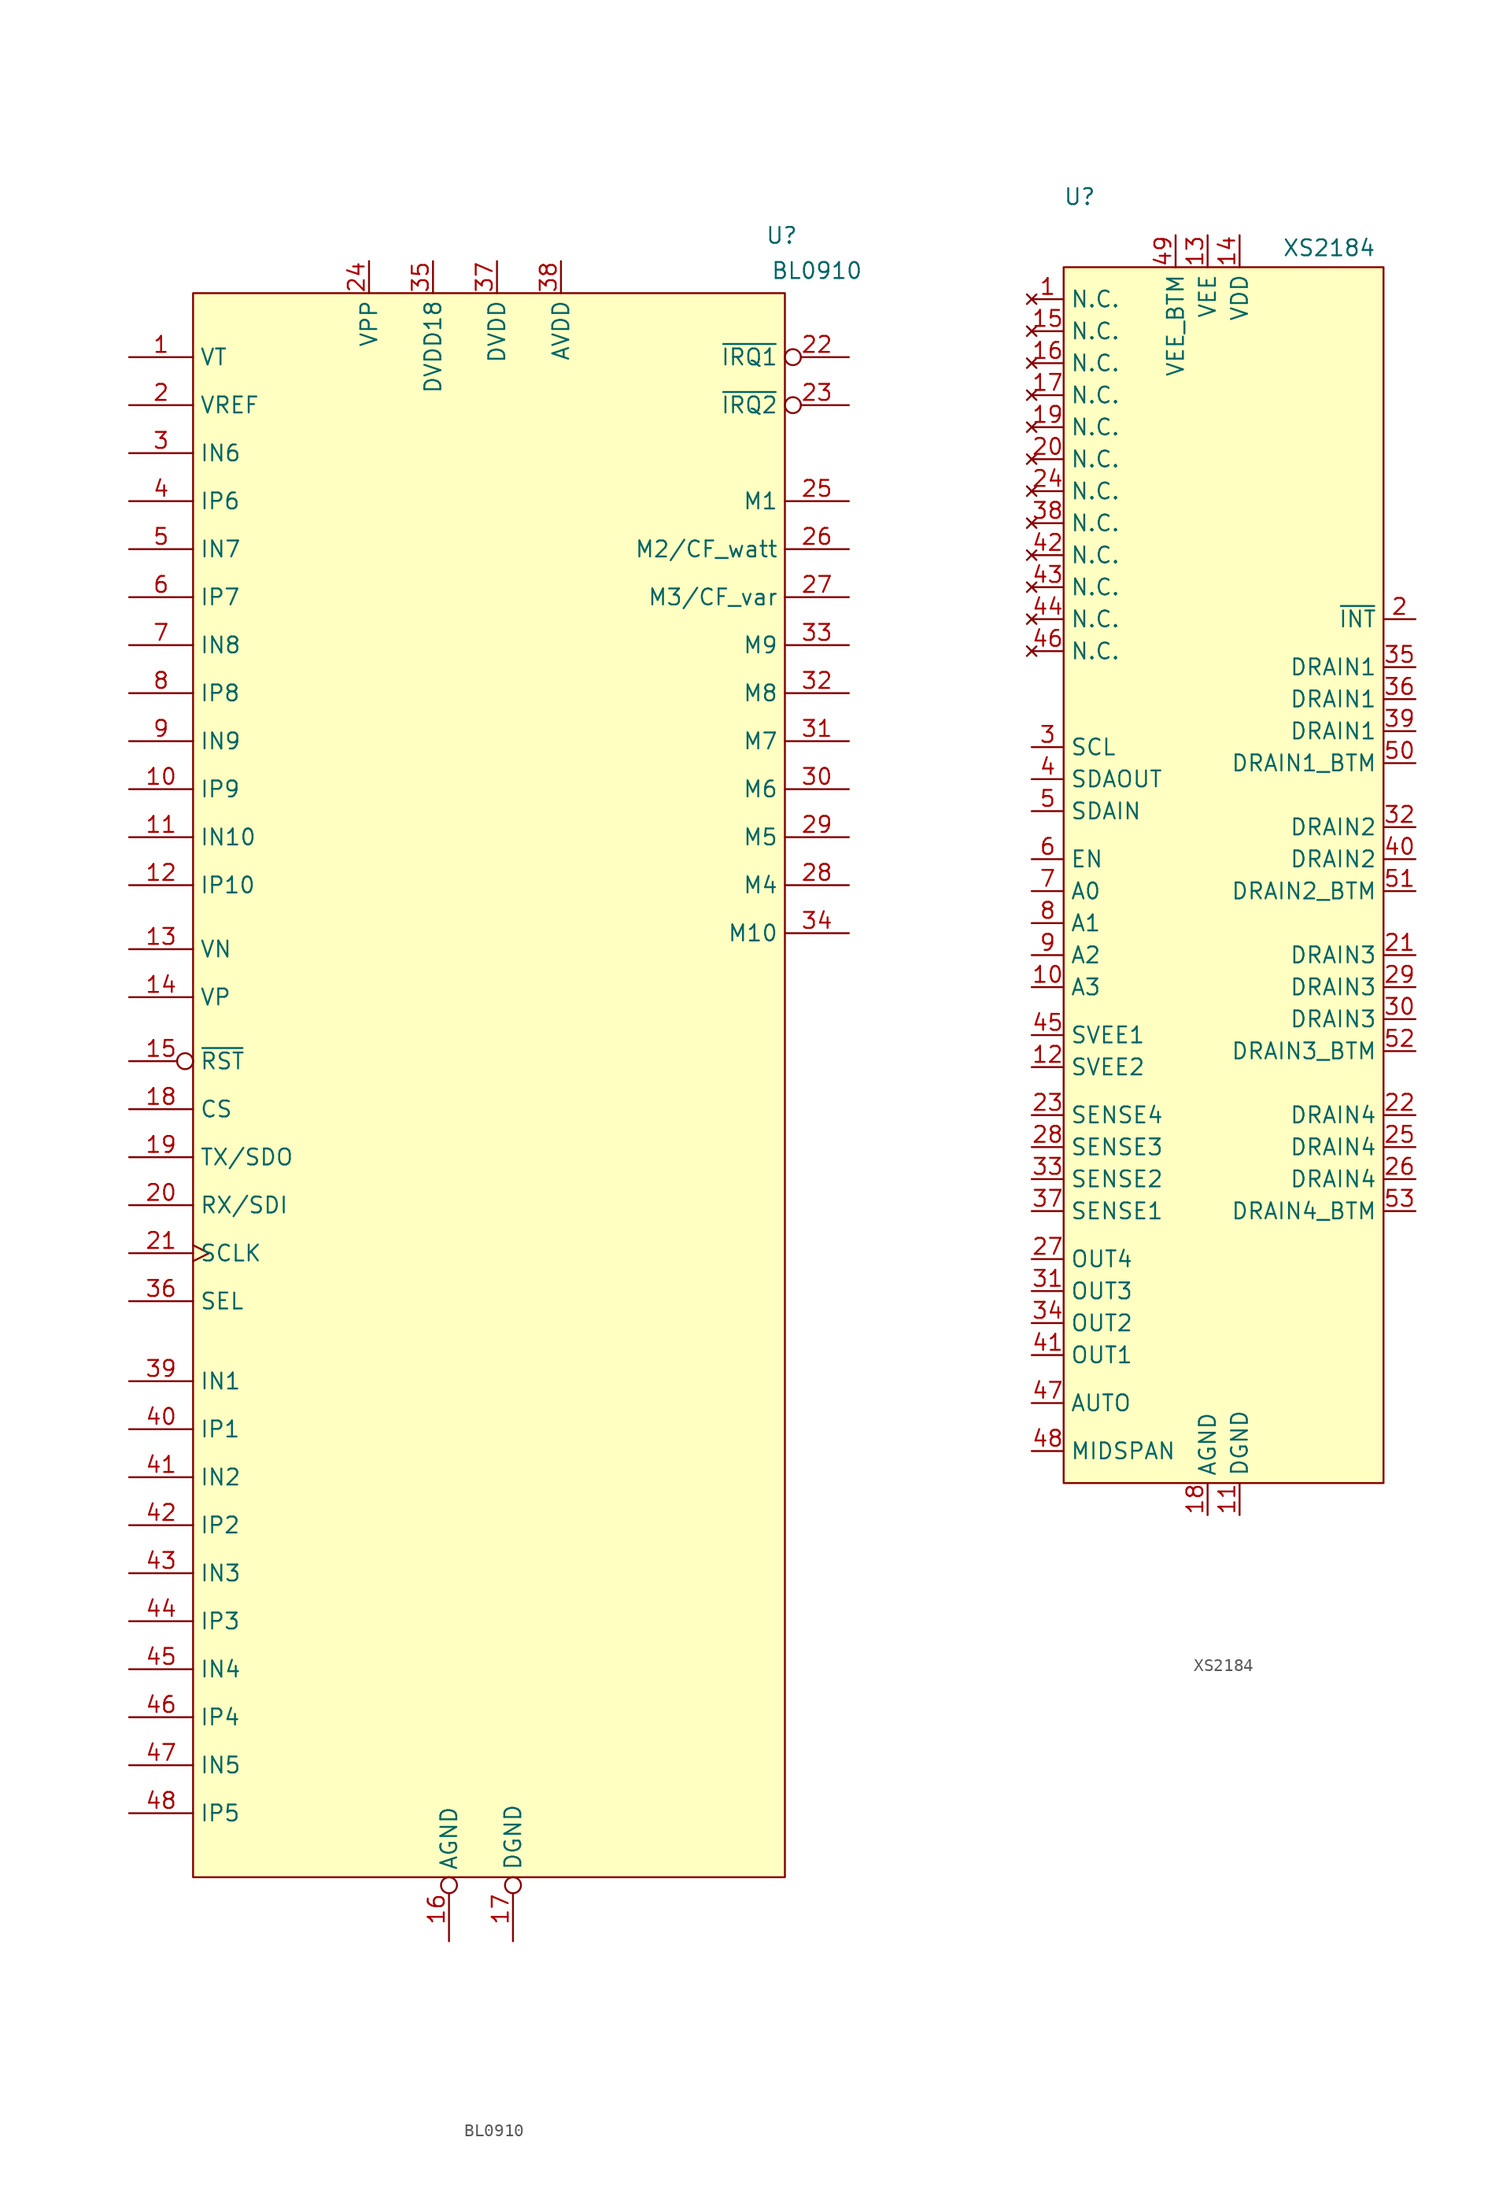
<source format=kicad_sym>
(kicad_symbol_lib
  (version 20231120)
  (generator "kicad_symbol_editor")
  (generator_version "8.0")
  (symbol "BL0910"
    (property "Reference" "U"
      (at 44.196 7.112 0)
      (effects (font (size 1.27 1.27))))
    (property "Value" "BL0910"
      (at 46.99 4.318 0)
      (effects (font (size 1.27 1.27))))
    (symbol "BL0910_1_1"
      (rectangle (start -2.54 2.54) (end 44.45 -123.19) (stroke (width 0) (type default)) (fill (type background)))
      (pin input line (at -7.62 -2.54 0) (length 5.08) (name "VT" (effects (font (size 1.27 1.27)))) (number "1" (effects (font (size 1.27 1.27)))))
      (pin input line (at -7.62 -36.83 0) (length 5.08) (name "IP9" (effects (font (size 1.27 1.27)))) (number "10" (effects (font (size 1.27 1.27)))))
      (pin input line (at -7.62 -40.64 0) (length 5.08) (name "IN10" (effects (font (size 1.27 1.27)))) (number "11" (effects (font (size 1.27 1.27)))))
      (pin input line (at -7.62 -44.45 0) (length 5.08) (name "IP10" (effects (font (size 1.27 1.27)))) (number "12" (effects (font (size 1.27 1.27)))))
      (pin input line (at -7.62 -49.53 0) (length 5.08) (name "VN" (effects (font (size 1.27 1.27)))) (number "13" (effects (font (size 1.27 1.27)))))
      (pin input line (at -7.62 -53.34 0) (length 5.08) (name "VP" (effects (font (size 1.27 1.27)))) (number "14" (effects (font (size 1.27 1.27)))))
      (pin input inverted (at -7.62 -58.42 0) (length 5.08) (name "~{RST}" (effects (font (size 1.27 1.27)))) (number "15" (effects (font (size 1.27 1.27)))))
      (pin power_in inverted (at 17.78 -128.27 90) (length 5.08) (name "AGND" (effects (font (size 1.27 1.27)))) (number "16" (effects (font (size 1.27 1.27)))))
      (pin power_in inverted (at 22.86 -128.27 90) (length 5.08) (name "DGND" (effects (font (size 1.27 1.27)))) (number "17" (effects (font (size 1.27 1.27)))))
      (pin input line (at -7.62 -62.23 0) (length 5.08) (name "CS" (effects (font (size 1.27 1.27)))) (number "18" (effects (font (size 1.27 1.27)))))
      (pin output line (at -7.62 -66.04 0) (length 5.08) (name "TX/SDO" (effects (font (size 1.27 1.27)))) (number "19" (effects (font (size 1.27 1.27)))))
      (pin input line (at -7.62 -6.35 0) (length 5.08) (name "VREF" (effects (font (size 1.27 1.27)))) (number "2" (effects (font (size 1.27 1.27)))))
      (pin input line (at -7.62 -69.85 0) (length 5.08) (name "RX/SDI" (effects (font (size 1.27 1.27)))) (number "20" (effects (font (size 1.27 1.27)))))
      (pin input clock (at -7.62 -73.66 0) (length 5.08) (name "SCLK" (effects (font (size 1.27 1.27)))) (number "21" (effects (font (size 1.27 1.27)))))
      (pin output inverted (at 49.53 -2.54 180) (length 5.08) (name "~{IRQ1}" (effects (font (size 1.27 1.27)))) (number "22" (effects (font (size 1.27 1.27)))))
      (pin output inverted (at 49.53 -6.35 180) (length 5.08) (name "~{IRQ2}" (effects (font (size 1.27 1.27)))) (number "23" (effects (font (size 1.27 1.27)))))
      (pin power_in line (at 11.43 5.08 270) (length 2.54) (name "VPP" (effects (font (size 1.27 1.27)))) (number "24" (effects (font (size 1.27 1.27)))))
      (pin output line (at 49.53 -13.97 180) (length 5.08) (name "M1" (effects (font (size 1.27 1.27)))) (number "25" (effects (font (size 1.27 1.27)))))
      (pin output line (at 49.53 -17.78 180) (length 5.08) (name "M2/CF_watt" (effects (font (size 1.27 1.27)))) (number "26" (effects (font (size 1.27 1.27)))))
      (pin output line (at 49.53 -21.59 180) (length 5.08) (name "M3/CF_var" (effects (font (size 1.27 1.27)))) (number "27" (effects (font (size 1.27 1.27)))))
      (pin output line (at 49.53 -44.45 180) (length 5.08) (name "M4" (effects (font (size 1.27 1.27)))) (number "28" (effects (font (size 1.27 1.27)))))
      (pin output line (at 49.53 -40.64 180) (length 5.08) (name "M5" (effects (font (size 1.27 1.27)))) (number "29" (effects (font (size 1.27 1.27)))))
      (pin input line (at -7.62 -10.16 0) (length 5.08) (name "IN6" (effects (font (size 1.27 1.27)))) (number "3" (effects (font (size 1.27 1.27)))))
      (pin output line (at 49.53 -36.83 180) (length 5.08) (name "M6" (effects (font (size 1.27 1.27)))) (number "30" (effects (font (size 1.27 1.27)))))
      (pin output line (at 49.53 -33.02 180) (length 5.08) (name "M7" (effects (font (size 1.27 1.27)))) (number "31" (effects (font (size 1.27 1.27)))))
      (pin output line (at 49.53 -29.21 180) (length 5.08) (name "M8" (effects (font (size 1.27 1.27)))) (number "32" (effects (font (size 1.27 1.27)))))
      (pin output line (at 49.53 -25.4 180) (length 5.08) (name "M9" (effects (font (size 1.27 1.27)))) (number "33" (effects (font (size 1.27 1.27)))))
      (pin output line (at 49.53 -48.26 180) (length 5.08) (name "M10" (effects (font (size 1.27 1.27)))) (number "34" (effects (font (size 1.27 1.27)))))
      (pin bidirectional line (at 16.51 5.08 270) (length 2.54) (name "DVDD18" (effects (font (size 1.27 1.27)))) (number "35" (effects (font (size 1.27 1.27)))))
      (pin input line (at -7.62 -77.47 0) (length 5.08) (name "SEL" (effects (font (size 1.27 1.27)))) (number "36" (effects (font (size 1.27 1.27)))))
      (pin power_in line (at 21.59 5.08 270) (length 2.54) (name "DVDD" (effects (font (size 1.27 1.27)))) (number "37" (effects (font (size 1.27 1.27)))))
      (pin power_in line (at 26.67 5.08 270) (length 2.54) (name "AVDD" (effects (font (size 1.27 1.27)))) (number "38" (effects (font (size 1.27 1.27)))))
      (pin input line (at -7.62 -83.82 0) (length 5.08) (name "IN1" (effects (font (size 1.27 1.27)))) (number "39" (effects (font (size 1.27 1.27)))))
      (pin input line (at -7.62 -13.97 0) (length 5.08) (name "IP6" (effects (font (size 1.27 1.27)))) (number "4" (effects (font (size 1.27 1.27)))))
      (pin input line (at -7.62 -87.63 0) (length 5.08) (name "IP1" (effects (font (size 1.27 1.27)))) (number "40" (effects (font (size 1.27 1.27)))))
      (pin input line (at -7.62 -91.44 0) (length 5.08) (name "IN2" (effects (font (size 1.27 1.27)))) (number "41" (effects (font (size 1.27 1.27)))))
      (pin input line (at -7.62 -95.25 0) (length 5.08) (name "IP2" (effects (font (size 1.27 1.27)))) (number "42" (effects (font (size 1.27 1.27)))))
      (pin input line (at -7.62 -99.06 0) (length 5.08) (name "IN3" (effects (font (size 1.27 1.27)))) (number "43" (effects (font (size 1.27 1.27)))))
      (pin input line (at -7.62 -102.87 0) (length 5.08) (name "IP3" (effects (font (size 1.27 1.27)))) (number "44" (effects (font (size 1.27 1.27)))))
      (pin input line (at -7.62 -106.68 0) (length 5.08) (name "IN4" (effects (font (size 1.27 1.27)))) (number "45" (effects (font (size 1.27 1.27)))))
      (pin input line (at -7.62 -110.49 0) (length 5.08) (name "IP4" (effects (font (size 1.27 1.27)))) (number "46" (effects (font (size 1.27 1.27)))))
      (pin input line (at -7.62 -114.3 0) (length 5.08) (name "IN5" (effects (font (size 1.27 1.27)))) (number "47" (effects (font (size 1.27 1.27)))))
      (pin input line (at -7.62 -118.11 0) (length 5.08) (name "IP5" (effects (font (size 1.27 1.27)))) (number "48" (effects (font (size 1.27 1.27)))))
      (pin input line (at -7.62 -17.78 0) (length 5.08) (name "IN7" (effects (font (size 1.27 1.27)))) (number "5" (effects (font (size 1.27 1.27)))))
      (pin input line (at -7.62 -21.59 0) (length 5.08) (name "IP7" (effects (font (size 1.27 1.27)))) (number "6" (effects (font (size 1.27 1.27)))))
      (pin input line (at -7.62 -25.4 0) (length 5.08) (name "IN8" (effects (font (size 1.27 1.27)))) (number "7" (effects (font (size 1.27 1.27)))))
      (pin input line (at -7.62 -29.21 0) (length 5.08) (name "IP8" (effects (font (size 1.27 1.27)))) (number "8" (effects (font (size 1.27 1.27)))))
      (pin input line (at -7.62 -33.02 0) (length 5.08) (name "IN9" (effects (font (size 1.27 1.27)))) (number "9" (effects (font (size 1.27 1.27)))))))
  (symbol "XS2184"
    (property "Reference" "U"
      (at -11.43 53.848 0)
      (effects (font (size 1.27 1.27))))
    (property "Value" "XS2184"
      (at 8.382 49.784 0)
      (do_not_autoplace)
      (effects (font (size 1.27 1.27))))
    (symbol "XS2184_1_1"
      (rectangle (start -12.7 48.26) (end 12.7 -48.26) (stroke (width 0) (type default)) (fill (type background)))
      (pin no_connect line (at -15.24 45.72 0) (length 2.54) (name "N.C." (effects (font (size 1.27 1.27)))) (number "1" (effects (font (size 1.27 1.27)))))
      (pin input line (at -15.24 -8.89 0) (length 2.54) (name "A3" (effects (font (size 1.27 1.27)))) (number "10" (effects (font (size 1.27 1.27)))))
      (pin power_in line (at 1.27 -50.8 90) (length 2.54) (name "DGND" (effects (font (size 1.27 1.27)))) (number "11" (effects (font (size 1.27 1.27)))))
      (pin input line (at -15.24 -15.24 0) (length 2.54) (name "SVEE2" (effects (font (size 1.27 1.27)))) (number "12" (effects (font (size 1.27 1.27)))))
      (pin power_in line (at -1.27 50.8 270) (length 2.54) (name "VEE" (effects (font (size 1.27 1.27)))) (number "13" (effects (font (size 1.27 1.27)))))
      (pin power_in line (at 1.27 50.8 270) (length 2.54) (name "VDD" (effects (font (size 1.27 1.27)))) (number "14" (effects (font (size 1.27 1.27)))))
      (pin no_connect line (at -15.24 43.18 0) (length 2.54) (name "N.C." (effects (font (size 1.27 1.27)))) (number "15" (effects (font (size 1.27 1.27)))))
      (pin no_connect line (at -15.24 40.64 0) (length 2.54) (name "N.C." (effects (font (size 1.27 1.27)))) (number "16" (effects (font (size 1.27 1.27)))))
      (pin no_connect line (at -15.24 38.1 0) (length 2.54) (name "N.C." (effects (font (size 1.27 1.27)))) (number "17" (effects (font (size 1.27 1.27)))))
      (pin power_in line (at -1.27 -50.8 90) (length 2.54) (name "AGND" (effects (font (size 1.27 1.27)))) (number "18" (effects (font (size 1.27 1.27)))))
      (pin no_connect line (at -15.24 35.56 0) (length 2.54) (name "N.C." (effects (font (size 1.27 1.27)))) (number "19" (effects (font (size 1.27 1.27)))))
      (pin output line (at 15.24 20.32 180) (length 2.54) (name "~{INT}" (effects (font (size 1.27 1.27)))) (number "2" (effects (font (size 1.27 1.27)))))
      (pin no_connect line (at -15.24 33.02 0) (length 2.54) (name "N.C." (effects (font (size 1.27 1.27)))) (number "20" (effects (font (size 1.27 1.27)))))
      (pin output line (at 15.24 -6.35 180) (length 2.54) (name "DRAIN3" (effects (font (size 1.27 1.27)))) (number "21" (effects (font (size 1.27 1.27)))))
      (pin output line (at 15.24 -19.05 180) (length 2.54) (name "DRAIN4" (effects (font (size 1.27 1.27)))) (number "22" (effects (font (size 1.27 1.27)))))
      (pin input line (at -15.24 -19.05 0) (length 2.54) (name "SENSE4" (effects (font (size 1.27 1.27)))) (number "23" (effects (font (size 1.27 1.27)))))
      (pin no_connect line (at -15.24 30.48 0) (length 2.54) (name "N.C." (effects (font (size 1.27 1.27)))) (number "24" (effects (font (size 1.27 1.27)))))
      (pin output line (at 15.24 -21.59 180) (length 2.54) (name "DRAIN4" (effects (font (size 1.27 1.27)))) (number "25" (effects (font (size 1.27 1.27)))))
      (pin output line (at 15.24 -24.13 180) (length 2.54) (name "DRAIN4" (effects (font (size 1.27 1.27)))) (number "26" (effects (font (size 1.27 1.27)))))
      (pin input line (at -15.24 -30.48 0) (length 2.54) (name "OUT4" (effects (font (size 1.27 1.27)))) (number "27" (effects (font (size 1.27 1.27)))))
      (pin input line (at -15.24 -21.59 0) (length 2.54) (name "SENSE3" (effects (font (size 1.27 1.27)))) (number "28" (effects (font (size 1.27 1.27)))))
      (pin output line (at 15.24 -8.89 180) (length 2.54) (name "DRAIN3" (effects (font (size 1.27 1.27)))) (number "29" (effects (font (size 1.27 1.27)))))
      (pin input line (at -15.24 10.16 0) (length 2.54) (name "SCL" (effects (font (size 1.27 1.27)))) (number "3" (effects (font (size 1.27 1.27)))))
      (pin output line (at 15.24 -11.43 180) (length 2.54) (name "DRAIN3" (effects (font (size 1.27 1.27)))) (number "30" (effects (font (size 1.27 1.27)))))
      (pin input line (at -15.24 -33.02 0) (length 2.54) (name "OUT3" (effects (font (size 1.27 1.27)))) (number "31" (effects (font (size 1.27 1.27)))))
      (pin output line (at 15.24 3.81 180) (length 2.54) (name "DRAIN2" (effects (font (size 1.27 1.27)))) (number "32" (effects (font (size 1.27 1.27)))))
      (pin input line (at -15.24 -24.13 0) (length 2.54) (name "SENSE2" (effects (font (size 1.27 1.27)))) (number "33" (effects (font (size 1.27 1.27)))))
      (pin input line (at -15.24 -35.56 0) (length 2.54) (name "OUT2" (effects (font (size 1.27 1.27)))) (number "34" (effects (font (size 1.27 1.27)))))
      (pin output line (at 15.24 16.51 180) (length 2.54) (name "DRAIN1" (effects (font (size 1.27 1.27)))) (number "35" (effects (font (size 1.27 1.27)))))
      (pin output line (at 15.24 13.97 180) (length 2.54) (name "DRAIN1" (effects (font (size 1.27 1.27)))) (number "36" (effects (font (size 1.27 1.27)))))
      (pin input line (at -15.24 -26.67 0) (length 2.54) (name "SENSE1" (effects (font (size 1.27 1.27)))) (number "37" (effects (font (size 1.27 1.27)))))
      (pin no_connect line (at -15.24 27.94 0) (length 2.54) (name "N.C." (effects (font (size 1.27 1.27)))) (number "38" (effects (font (size 1.27 1.27)))))
      (pin output line (at 15.24 11.43 180) (length 2.54) (name "DRAIN1" (effects (font (size 1.27 1.27)))) (number "39" (effects (font (size 1.27 1.27)))))
      (pin output line (at -15.24 7.62 0) (length 2.54) (name "SDAOUT" (effects (font (size 1.27 1.27)))) (number "4" (effects (font (size 1.27 1.27)))))
      (pin output line (at 15.24 1.27 180) (length 2.54) (name "DRAIN2" (effects (font (size 1.27 1.27)))) (number "40" (effects (font (size 1.27 1.27)))))
      (pin input line (at -15.24 -38.1 0) (length 2.54) (name "OUT1" (effects (font (size 1.27 1.27)))) (number "41" (effects (font (size 1.27 1.27)))))
      (pin no_connect line (at -15.24 25.4 0) (length 2.54) (name "N.C." (effects (font (size 1.27 1.27)))) (number "42" (effects (font (size 1.27 1.27)))))
      (pin no_connect line (at -15.24 22.86 0) (length 2.54) (name "N.C." (effects (font (size 1.27 1.27)))) (number "43" (effects (font (size 1.27 1.27)))))
      (pin no_connect line (at -15.24 20.32 0) (length 2.54) (name "N.C." (effects (font (size 1.27 1.27)))) (number "44" (effects (font (size 1.27 1.27)))))
      (pin input line (at -15.24 -12.7 0) (length 2.54) (name "SVEE1" (effects (font (size 1.27 1.27)))) (number "45" (effects (font (size 1.27 1.27)))))
      (pin no_connect line (at -15.24 17.78 0) (length 2.54) (name "N.C." (effects (font (size 1.27 1.27)))) (number "46" (effects (font (size 1.27 1.27)))))
      (pin input line (at -15.24 -41.91 0) (length 2.54) (name "AUTO" (effects (font (size 1.27 1.27)))) (number "47" (effects (font (size 1.27 1.27)))))
      (pin input line (at -15.24 -45.72 0) (length 2.54) (name "MIDSPAN" (effects (font (size 1.27 1.27)))) (number "48" (effects (font (size 1.27 1.27)))))
      (pin power_in line (at -3.81 50.8 270) (length 2.54) (name "VEE_BTM" (effects (font (size 1.27 1.27)))) (number "49" (effects (font (size 1.27 1.27)))))
      (pin input line (at -15.24 5.08 0) (length 2.54) (name "SDAIN" (effects (font (size 1.27 1.27)))) (number "5" (effects (font (size 1.27 1.27)))))
      (pin output line (at 15.24 8.89 180) (length 2.54) (name "DRAIN1_BTM" (effects (font (size 1.27 1.27)))) (number "50" (effects (font (size 1.27 1.27)))))
      (pin output line (at 15.24 -1.27 180) (length 2.54) (name "DRAIN2_BTM" (effects (font (size 1.27 1.27)))) (number "51" (effects (font (size 1.27 1.27)))))
      (pin output line (at 15.24 -13.97 180) (length 2.54) (name "DRAIN3_BTM" (effects (font (size 1.27 1.27)))) (number "52" (effects (font (size 1.27 1.27)))))
      (pin output line (at 15.24 -26.67 180) (length 2.54) (name "DRAIN4_BTM" (effects (font (size 1.27 1.27)))) (number "53" (effects (font (size 1.27 1.27)))))
      (pin input line (at -15.24 1.27 0) (length 2.54) (name "EN" (effects (font (size 1.27 1.27)))) (number "6" (effects (font (size 1.27 1.27)))))
      (pin input line (at -15.24 -1.27 0) (length 2.54) (name "A0" (effects (font (size 1.27 1.27)))) (number "7" (effects (font (size 1.27 1.27)))))
      (pin input line (at -15.24 -3.81 0) (length 2.54) (name "A1" (effects (font (size 1.27 1.27)))) (number "8" (effects (font (size 1.27 1.27)))))
      (pin input line (at -15.24 -6.35 0) (length 2.54) (name "A2" (effects (font (size 1.27 1.27)))) (number "9" (effects (font (size 1.27 1.27))))))))
</source>
